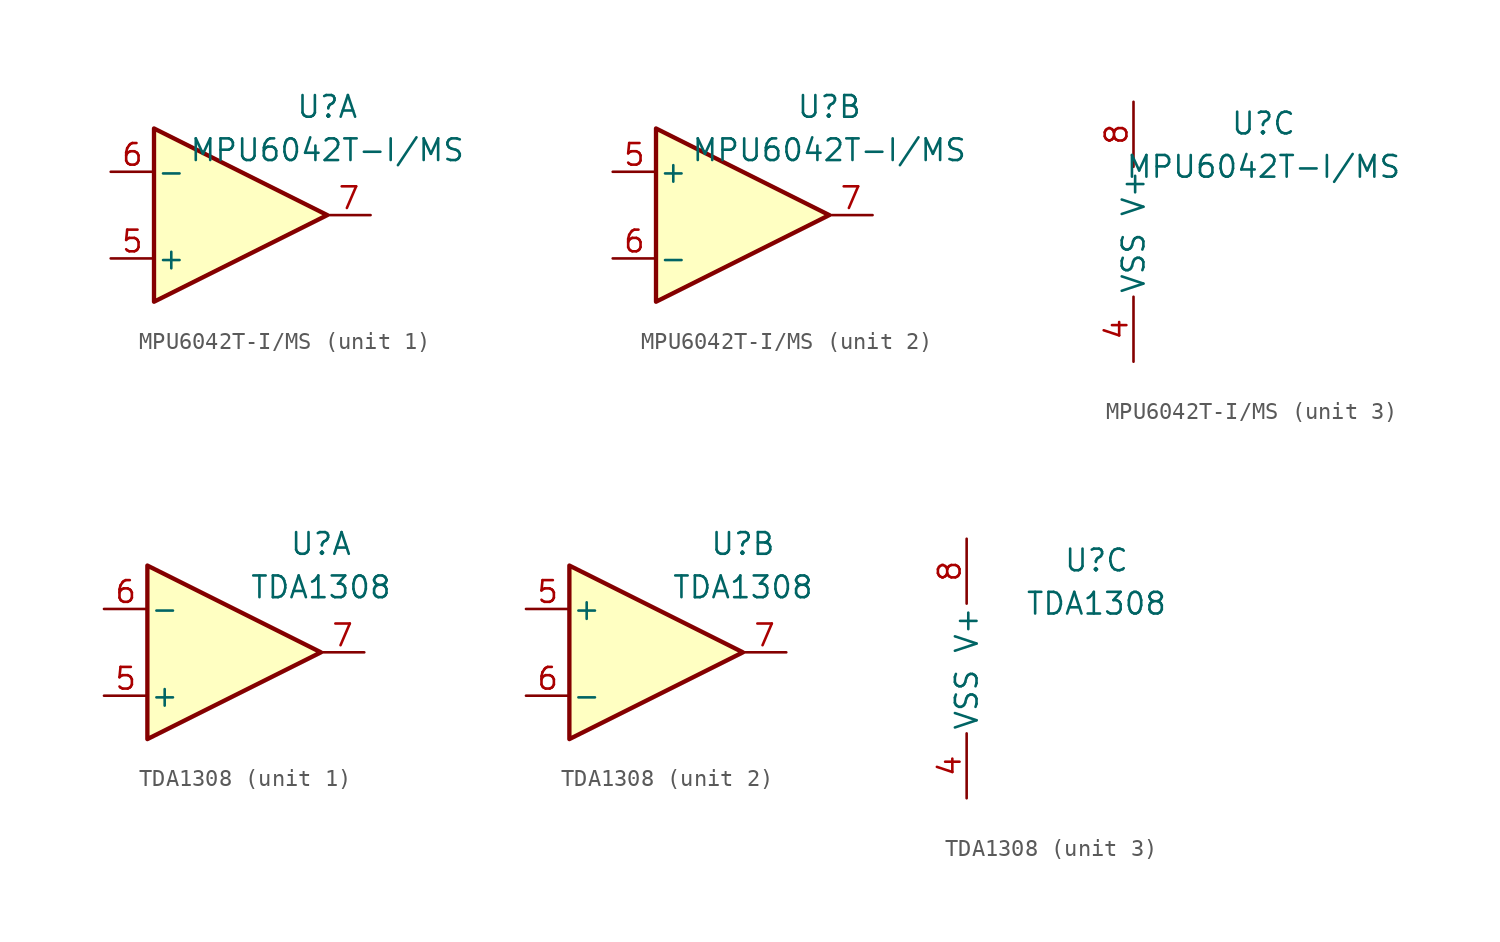
<source format=kicad_sym>
(kicad_symbol_lib
  (version 20211014)
  (generator kicad_symbol_editor)
  (symbol "MPU6042T-I/MS"
    (pin_names
      (offset 0.127))
    (property "Reference" "U"
      (at 5.08 6.35 0)
      (effects (font (size 1.27 1.27))))
    (property "Value" "MPU6042T-I/MS"
      (at 5.08 3.81 0)
      (effects (font (size 1.27 1.27))))
    (property "ki_locked" ""
      (at 0 0 0)
      (effects (font (size 1.27 1.27))))
    (symbol "MPU6042T-I/MS_1_1"
      (polyline (pts (xy -5.08 5.08) (xy 5.08 0) (xy -5.08 -5.08) (xy -5.08 5.08)) (stroke (width 0.254) (type default) (color 0 0 0 0)) (fill (type background)))
      (pin input line (at -7.62 -2.54 0) (length 2.54) (name "+" (effects (font (size 1.27 1.27)))) (number "5" (effects (font (size 1.27 1.27)))))
      (pin input line (at -7.62 2.54 0) (length 2.54) (name "-" (effects (font (size 1.27 1.27)))) (number "6" (effects (font (size 1.27 1.27)))))
      (pin output line (at 7.62 0 180) (length 2.54) (name "~" (effects (font (size 1.27 1.27)))) (number "7" (effects (font (size 1.27 1.27))))))
    (symbol "MPU6042T-I/MS_2_1"
      (polyline (pts (xy -5.08 5.08) (xy 5.08 0) (xy -5.08 -5.08) (xy -5.08 5.08)) (stroke (width 0.254) (type default) (color 0 0 0 0)) (fill (type background)))
      (pin input line (at -7.62 2.54 0) (length 2.54) (name "+" (effects (font (size 1.27 1.27)))) (number "5" (effects (font (size 1.27 1.27)))))
      (pin input line (at -7.62 -2.54 0) (length 2.54) (name "-" (effects (font (size 1.27 1.27)))) (number "6" (effects (font (size 1.27 1.27)))))
      (pin output line (at 7.62 0 180) (length 2.54) (name "~" (effects (font (size 1.27 1.27)))) (number "7" (effects (font (size 1.27 1.27))))))
    (symbol "MPU6042T-I/MS_3_1"
      (pin power_in line (at -2.54 -7.62 90) (length 3.81) (name "VSS" (effects (font (size 1.27 1.27)))) (number "4" (effects (font (size 1.27 1.27)))))
      (pin power_in line (at -2.54 7.62 270) (length 3.81) (name "V+" (effects (font (size 1.27 1.27)))) (number "8" (effects (font (size 1.27 1.27)))))))
  (symbol "TDA1308"
    (pin_names
      (offset 0.127))
    (property "Reference" "U"
      (at 5.08 6.35 0)
      (effects (font (size 1.27 1.27))))
    (property "Value" "TDA1308"
      (at 5.08 3.81 0)
      (effects (font (size 1.27 1.27))))
    (property "ki_locked" ""
      (at 0 0 0)
      (effects (font (size 1.27 1.27))))
    (symbol "TDA1308_1_1"
      (polyline (pts (xy -5.08 5.08) (xy 5.08 0) (xy -5.08 -5.08) (xy -5.08 5.08)) (stroke (width 0.254) (type default) (color 0 0 0 0)) (fill (type background)))
      (pin input line (at -7.62 -2.54 0) (length 2.54) (name "+" (effects (font (size 1.27 1.27)))) (number "5" (effects (font (size 1.27 1.27)))))
      (pin input line (at -7.62 2.54 0) (length 2.54) (name "-" (effects (font (size 1.27 1.27)))) (number "6" (effects (font (size 1.27 1.27)))))
      (pin output line (at 7.62 0 180) (length 2.54) (name "~" (effects (font (size 1.27 1.27)))) (number "7" (effects (font (size 1.27 1.27))))))
    (symbol "TDA1308_2_1"
      (polyline (pts (xy -5.08 5.08) (xy 5.08 0) (xy -5.08 -5.08) (xy -5.08 5.08)) (stroke (width 0.254) (type default) (color 0 0 0 0)) (fill (type background)))
      (pin input line (at -7.62 2.54 0) (length 2.54) (name "+" (effects (font (size 1.27 1.27)))) (number "5" (effects (font (size 1.27 1.27)))))
      (pin input line (at -7.62 -2.54 0) (length 2.54) (name "-" (effects (font (size 1.27 1.27)))) (number "6" (effects (font (size 1.27 1.27)))))
      (pin output line (at 7.62 0 180) (length 2.54) (name "~" (effects (font (size 1.27 1.27)))) (number "7" (effects (font (size 1.27 1.27))))))
    (symbol "TDA1308_3_1"
      (pin power_in line (at -2.54 -7.62 90) (length 3.81) (name "VSS" (effects (font (size 1.27 1.27)))) (number "4" (effects (font (size 1.27 1.27)))))
      (pin power_in line (at -2.54 7.62 270) (length 3.81) (name "V+" (effects (font (size 1.27 1.27)))) (number "8" (effects (font (size 1.27 1.27))))))))
</source>
